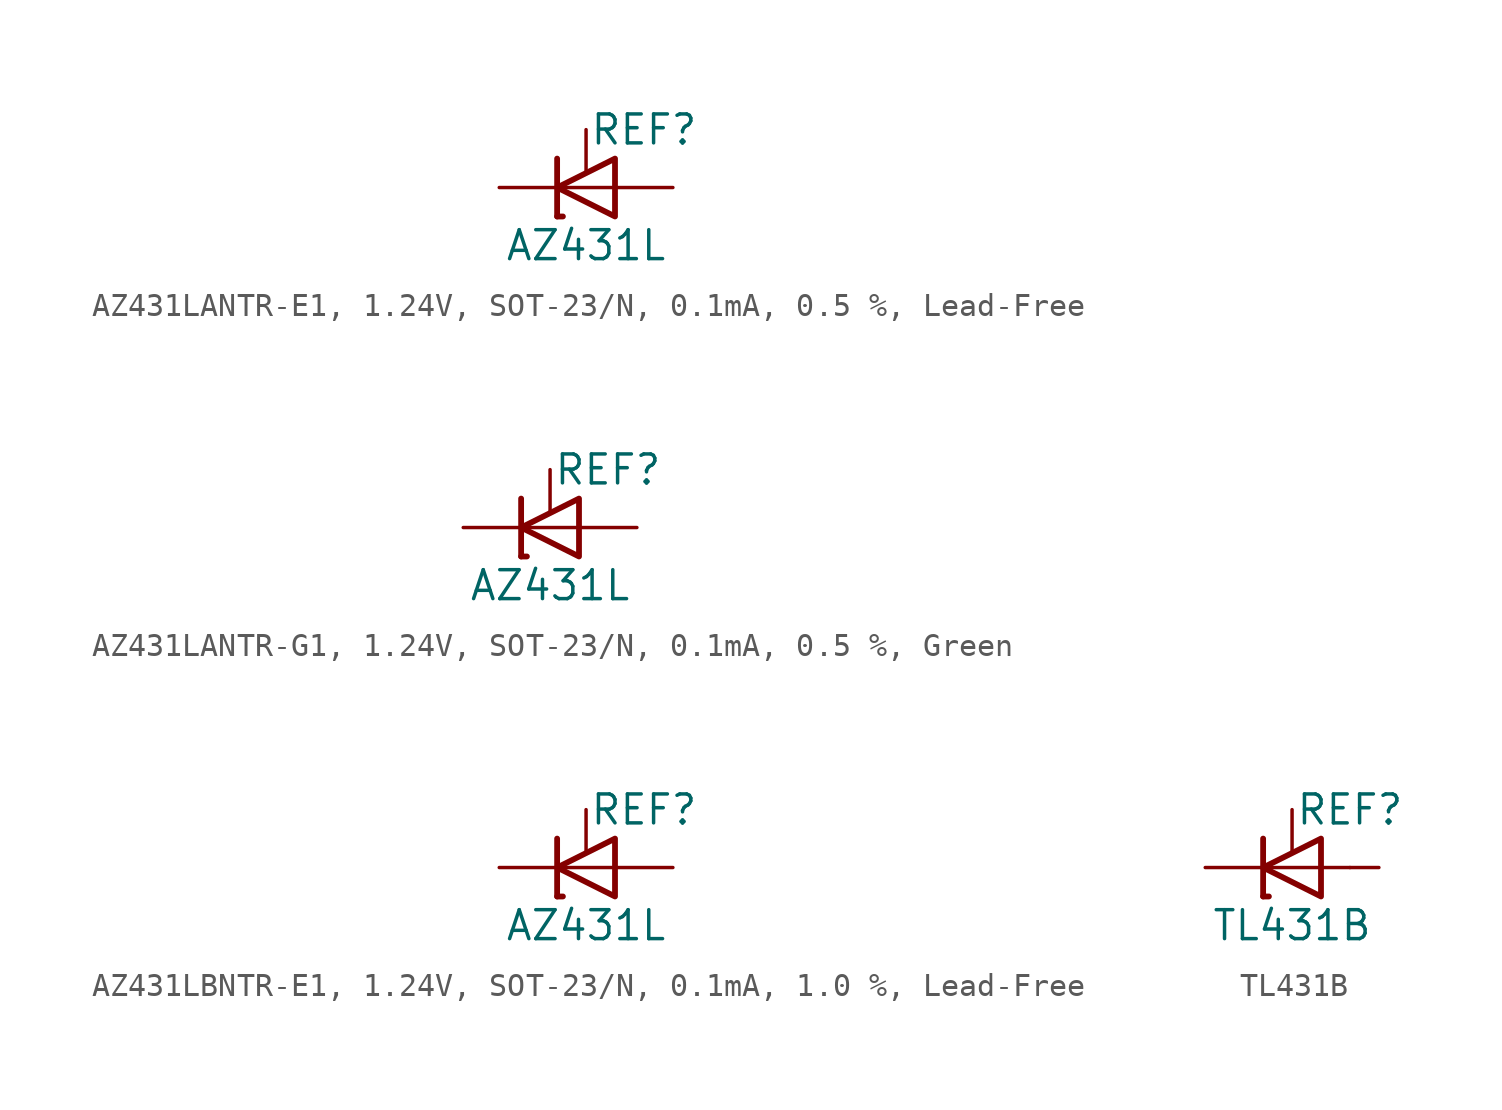
<source format=kicad_sym>
(kicad_symbol_lib
  (version 20231120)
  (generator "kicad_symbol_editor")
  (generator_version "8.0")
  (symbol "AZ431LANTR-E1, 1.24V, SOT-23/N, 0.1mA, 0.5 %, Lead-Free"
    (pin_numbers hide)
    (pin_names
      (offset 1.016) hide)
    (property "Reference" "REF"
      (at 2.54 0 0)
      (effects (font (size 1.27 1.27))))
    (property "Value" "AZ431L"
      (at 0 -5.08 0)
      (effects (font (size 1.27 1.27))))
    (symbol "AZ431LANTR-E1, 1.24V, SOT-23/N, 0.1mA, 0.5 %, Lead-Free_0_0"
      (polyline (pts (xy -1.27 -2.54) (xy 1.27 -2.54)) (stroke (width 0.152) (type default)) (fill (type none))))
    (symbol "AZ431LANTR-E1, 1.24V, SOT-23/N, 0.1mA, 0.5 %, Lead-Free_0_1"
      (polyline (pts (xy -1.27 -3.81) (xy -1.016 -3.81)) (stroke (width 0.254) (type default)) (fill (type none)))
      (polyline (pts (xy -1.27 -1.27) (xy -1.27 -3.81)) (stroke (width 0.254) (type default)) (fill (type none)))
      (polyline (pts (xy 1.27 -1.27) (xy 1.27 -3.81) (xy -1.27 -2.54) (xy 1.27 -1.27)) (stroke (width 0.254) (type default)) (fill (type none))))
    (symbol "AZ431LANTR-E1, 1.24V, SOT-23/N, 0.1mA, 0.5 %, Lead-Free_1_1"
      (pin passive line (at 0 0 270) (length 1.905) (name "REF" (effects (font (size 1.27 1.27)))) (number "1" (effects (font (size 1.27 1.27)))))
      (pin passive line (at -3.81 -2.54 0) (length 2.54) (name "C" (effects (font (size 1.27 1.27)))) (number "2" (effects (font (size 1.27 1.27)))))
      (pin passive line (at 3.81 -2.54 180) (length 2.54) (name "A" (effects (font (size 1.27 1.27)))) (number "3" (effects (font (size 1.27 1.27)))))))
  (symbol "AZ431LANTR-G1, 1.24V, SOT-23/N, 0.1mA, 0.5 %, Green"
    (pin_numbers hide)
    (pin_names
      (offset 1.016) hide)
    (property "Reference" "REF"
      (at 2.54 0 0)
      (effects (font (size 1.27 1.27))))
    (property "Value" "AZ431L"
      (at 0 -5.08 0)
      (effects (font (size 1.27 1.27))))
    (symbol "AZ431LANTR-G1, 1.24V, SOT-23/N, 0.1mA, 0.5 %, Green_0_0"
      (polyline (pts (xy -1.27 -2.54) (xy 1.27 -2.54)) (stroke (width 0.152) (type default)) (fill (type none))))
    (symbol "AZ431LANTR-G1, 1.24V, SOT-23/N, 0.1mA, 0.5 %, Green_0_1"
      (polyline (pts (xy -1.27 -3.81) (xy -1.016 -3.81)) (stroke (width 0.254) (type default)) (fill (type none)))
      (polyline (pts (xy -1.27 -1.27) (xy -1.27 -3.81)) (stroke (width 0.254) (type default)) (fill (type none)))
      (polyline (pts (xy 1.27 -1.27) (xy 1.27 -3.81) (xy -1.27 -2.54) (xy 1.27 -1.27)) (stroke (width 0.254) (type default)) (fill (type none))))
    (symbol "AZ431LANTR-G1, 1.24V, SOT-23/N, 0.1mA, 0.5 %, Green_1_1"
      (pin passive line (at 0 0 270) (length 1.905) (name "REF" (effects (font (size 1.27 1.27)))) (number "1" (effects (font (size 1.27 1.27)))))
      (pin passive line (at -3.81 -2.54 0) (length 2.54) (name "C" (effects (font (size 1.27 1.27)))) (number "2" (effects (font (size 1.27 1.27)))))
      (pin passive line (at 3.81 -2.54 180) (length 2.54) (name "A" (effects (font (size 1.27 1.27)))) (number "3" (effects (font (size 1.27 1.27)))))))
  (symbol "AZ431LBNTR-E1, 1.24V, SOT-23/N, 0.1mA, 1.0 %, Lead-Free"
    (pin_numbers hide)
    (pin_names
      (offset 1.016) hide)
    (property "Reference" "REF"
      (at 2.54 0 0)
      (effects (font (size 1.27 1.27))))
    (property "Value" "AZ431L"
      (at 0 -5.08 0)
      (effects (font (size 1.27 1.27))))
    (symbol "AZ431LBNTR-E1, 1.24V, SOT-23/N, 0.1mA, 1.0 %, Lead-Free_0_0"
      (polyline (pts (xy -1.27 -2.54) (xy 1.27 -2.54)) (stroke (width 0.152) (type default)) (fill (type none))))
    (symbol "AZ431LBNTR-E1, 1.24V, SOT-23/N, 0.1mA, 1.0 %, Lead-Free_0_1"
      (polyline (pts (xy -1.27 -3.81) (xy -1.016 -3.81)) (stroke (width 0.254) (type default)) (fill (type none)))
      (polyline (pts (xy -1.27 -1.27) (xy -1.27 -3.81)) (stroke (width 0.254) (type default)) (fill (type none)))
      (polyline (pts (xy 1.27 -1.27) (xy 1.27 -3.81) (xy -1.27 -2.54) (xy 1.27 -1.27)) (stroke (width 0.254) (type default)) (fill (type none))))
    (symbol "AZ431LBNTR-E1, 1.24V, SOT-23/N, 0.1mA, 1.0 %, Lead-Free_1_1"
      (pin passive line (at 0 0 270) (length 1.905) (name "REF" (effects (font (size 1.27 1.27)))) (number "1" (effects (font (size 1.27 1.27)))))
      (pin passive line (at -3.81 -2.54 0) (length 2.54) (name "C" (effects (font (size 1.27 1.27)))) (number "2" (effects (font (size 1.27 1.27)))))
      (pin passive line (at 3.81 -2.54 180) (length 2.54) (name "A" (effects (font (size 1.27 1.27)))) (number "3" (effects (font (size 1.27 1.27)))))))
  (symbol "TL431B"
    (pin_numbers hide)
    (pin_names
      (offset 1.016) hide)
    (property "Reference" "REF"
      (at 2.54 0 0)
      (effects (font (size 1.27 1.27))))
    (property "Value" "TL431B"
      (at 0 -5.08 0)
      (effects (font (size 1.27 1.27))))
    (symbol "TL431B_0_0"
      (polyline (pts (xy -1.27 -2.54) (xy 1.27 -2.54)) (stroke (width 0.152) (type default)) (fill (type none)))
      (polyline (pts (xy 2.54 -2.54) (xy 1.27 -2.54)) (stroke (width 0.152) (type default)) (fill (type none))))
    (symbol "TL431B_0_1"
      (polyline (pts (xy -1.27 -3.81) (xy -1.016 -3.81)) (stroke (width 0.254) (type default)) (fill (type none)))
      (polyline (pts (xy -1.27 -1.27) (xy -1.27 -3.81)) (stroke (width 0.254) (type default)) (fill (type none)))
      (polyline (pts (xy 1.27 -1.27) (xy 1.27 -3.81) (xy -1.27 -2.54) (xy 1.27 -1.27)) (stroke (width 0.254) (type default)) (fill (type none))))
    (symbol "TL431B_1_1"
      (pin passive line (at -3.81 -2.54 0) (length 2.54) (name "C" (effects (font (size 1.27 1.27)))) (number "1" (effects (font (size 1.27 1.27)))))
      (pin passive line (at 0 0 270) (length 1.905) (name "REF" (effects (font (size 1.27 1.27)))) (number "2" (effects (font (size 1.27 1.27)))))
      (pin passive line (at 3.81 -2.54 180) (length 1.27) (name "A" (effects (font (size 1.27 1.27)))) (number "3" (effects (font (size 1.27 1.27))))))))
</source>
